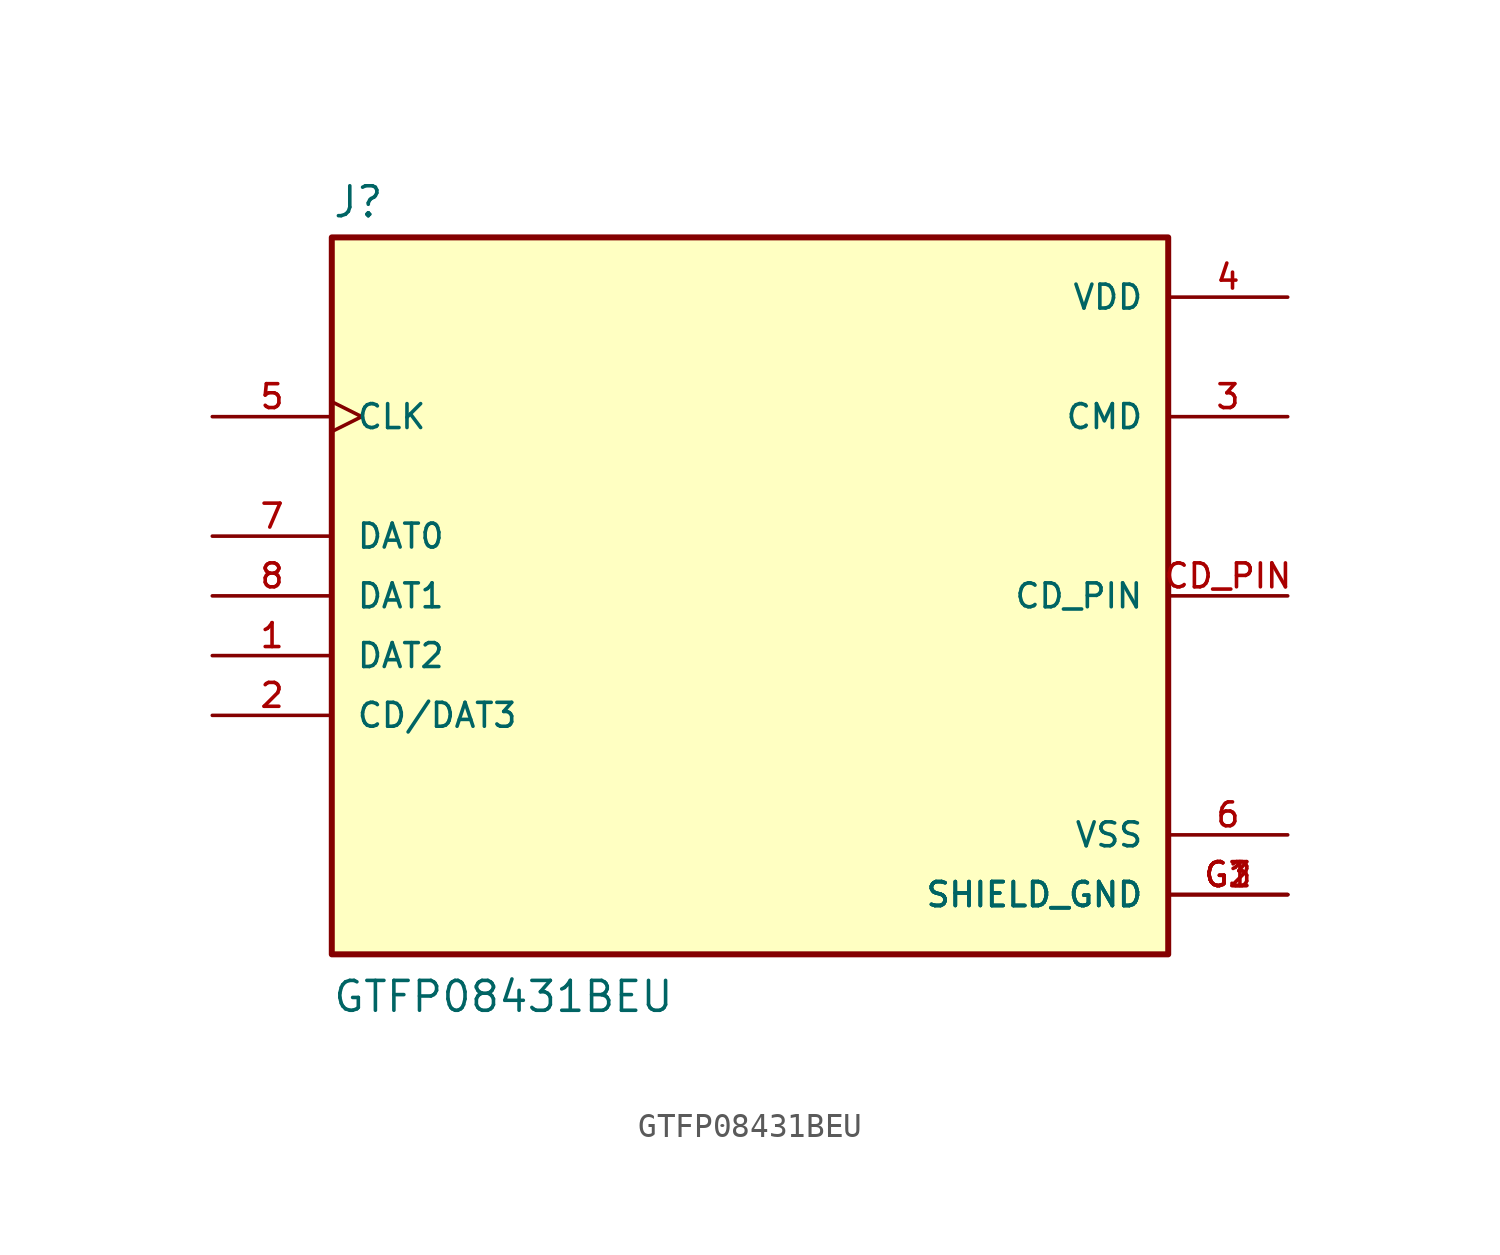
<source format=kicad_sym>
(kicad_symbol_lib
  (version 20211014)
  (generator kicad_symbol_editor)
  (symbol "GTFP08431BEU"
    (pin_names
      (offset 1.016))
    (property "Reference" "J"
      (at -17.78 16.002 0)
      (effects (font (size 1.27 1.27)) (justify bottom left)))
    (property "Value" "GTFP08431BEU"
      (at -17.78 -17.78 0)
      (effects (font (size 1.27 1.27)) (justify bottom left)))
    (symbol "GTFP08431BEU_0_0"
      (rectangle (start -17.78 -15.24) (end 17.78 15.24) (stroke (width 0.254)) (fill (type background)))
      (pin bidirectional line (at -22.86 -2.54 0) (length 5.08) (name "DAT2" (effects (font (size 1.016 1.016)))) (number "1" (effects (font (size 1.016 1.016)))))
      (pin bidirectional line (at -22.86 -5.08 0) (length 5.08) (name "CD/DAT3" (effects (font (size 1.016 1.016)))) (number "2" (effects (font (size 1.016 1.016)))))
      (pin power_in line (at 22.86 12.7 180.0) (length 5.08) (name "VDD" (effects (font (size 1.016 1.016)))) (number "4" (effects (font (size 1.016 1.016)))))
      (pin bidirectional line (at 22.86 7.62 180.0) (length 5.08) (name "CMD" (effects (font (size 1.016 1.016)))) (number "3" (effects (font (size 1.016 1.016)))))
      (pin bidirectional clock (at -22.86 7.62 0) (length 5.08) (name "CLK" (effects (font (size 1.016 1.016)))) (number "5" (effects (font (size 1.016 1.016)))))
      (pin power_in line (at 22.86 -10.16 180.0) (length 5.08) (name "VSS" (effects (font (size 1.016 1.016)))) (number "6" (effects (font (size 1.016 1.016)))))
      (pin bidirectional line (at -22.86 0.0 0) (length 5.08) (name "DAT1" (effects (font (size 1.016 1.016)))) (number "8" (effects (font (size 1.016 1.016)))))
      (pin bidirectional line (at -22.86 2.54 0) (length 5.08) (name "DAT0" (effects (font (size 1.016 1.016)))) (number "7" (effects (font (size 1.016 1.016)))))
      (pin power_in line (at 22.86 -12.7 180.0) (length 5.08) (name "SHIELD_GND" (effects (font (size 1.016 1.016)))) (number "G1" (effects (font (size 1.016 1.016)))))
      (pin power_in line (at 22.86 -12.7 180.0) (length 5.08) (name "SHIELD_GND" (effects (font (size 1.016 1.016)))) (number "G2" (effects (font (size 1.016 1.016)))))
      (pin power_in line (at 22.86 -12.7 180.0) (length 5.08) (name "SHIELD_GND" (effects (font (size 1.016 1.016)))) (number "G3" (effects (font (size 1.016 1.016)))))
      (pin bidirectional line (at 22.86 0.0 180.0) (length 5.08) (name "CD_PIN" (effects (font (size 1.016 1.016)))) (number "CD_PIN" (effects (font (size 1.016 1.016))))))))
</source>
